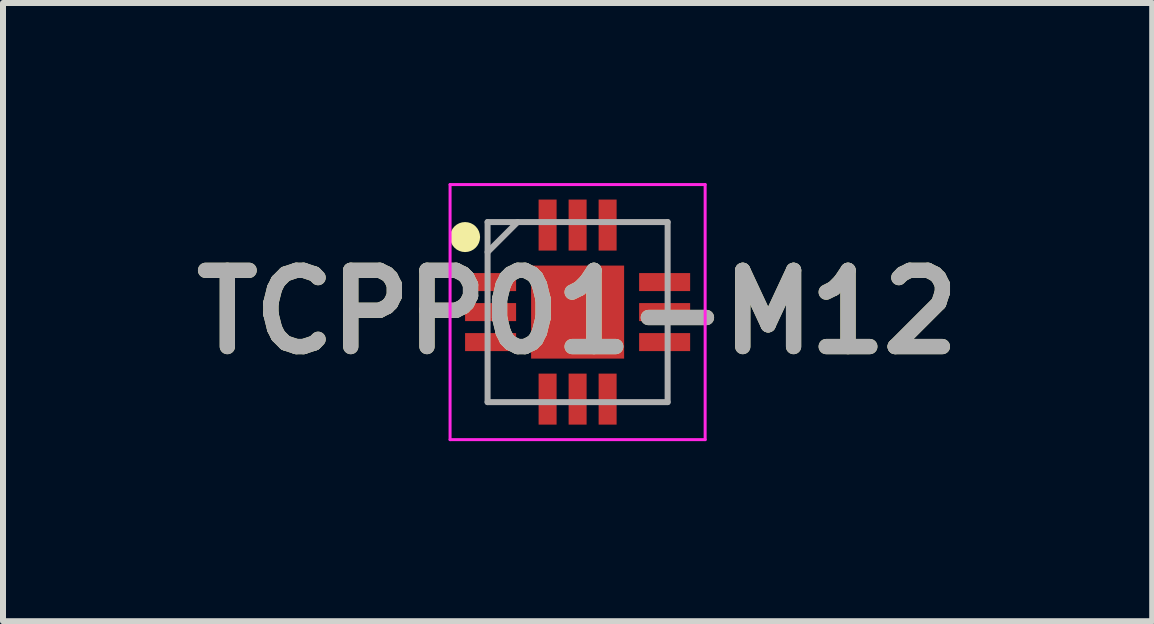
<source format=kicad_pcb>
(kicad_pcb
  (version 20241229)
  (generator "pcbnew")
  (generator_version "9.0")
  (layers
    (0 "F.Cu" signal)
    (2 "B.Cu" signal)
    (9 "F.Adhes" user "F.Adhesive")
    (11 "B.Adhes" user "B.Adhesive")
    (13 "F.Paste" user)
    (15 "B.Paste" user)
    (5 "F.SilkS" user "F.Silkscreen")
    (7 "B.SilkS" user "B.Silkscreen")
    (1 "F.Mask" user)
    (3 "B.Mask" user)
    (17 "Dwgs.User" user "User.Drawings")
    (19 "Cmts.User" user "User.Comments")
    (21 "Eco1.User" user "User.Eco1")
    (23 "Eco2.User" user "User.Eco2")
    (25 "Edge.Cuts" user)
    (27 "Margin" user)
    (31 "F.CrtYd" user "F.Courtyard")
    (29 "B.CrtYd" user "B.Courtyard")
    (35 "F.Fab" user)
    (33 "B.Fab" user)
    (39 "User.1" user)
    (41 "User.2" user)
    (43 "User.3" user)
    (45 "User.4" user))
  (footprint "TCPP01-M12"
    (layer "F.Cu")
    (at 6.574 2.15)
    (property "Reference" "TCPP01-M12" (at 0 0 0) (layer "F.SilkS") (effects (font (size 1.27 1.27) (thickness 0.254))))
    (attr smd)
    (fp_circle (center -1.875 -1.25) (end -1.875 -1.125) (stroke (width 0.25) (type solid)) (fill no) (layer "F.SilkS"))
    (fp_line (start -2.125 -2.125) (end 2.125 -2.125) (stroke (width 0.05) (type solid)) (layer "F.CrtYd"))
    (fp_line (start -2.125 2.125) (end -2.125 -2.125) (stroke (width 0.05) (type solid)) (layer "F.CrtYd"))
    (fp_line (start 2.125 -2.125) (end 2.125 2.125) (stroke (width 0.05) (type solid)) (layer "F.CrtYd"))
    (fp_line (start 2.125 2.125) (end -2.125 2.125) (stroke (width 0.05) (type solid)) (layer "F.CrtYd"))
    (fp_line (start -1.5 -1.5) (end 1.5 -1.5) (stroke (width 0.1) (type solid)) (layer "F.Fab"))
    (fp_line (start -1.5 -1) (end -1 -1.5) (stroke (width 0.1) (type solid)) (layer "F.Fab"))
    (fp_line (start -1.5 1.5) (end -1.5 -1.5) (stroke (width 0.1) (type solid)) (layer "F.Fab"))
    (fp_line (start 1.5 -1.5) (end 1.5 1.5) (stroke (width 0.1) (type solid)) (layer "F.Fab"))
    (fp_line (start 1.5 1.5) (end -1.5 1.5) (stroke (width 0.1) (type solid)) (layer "F.Fab"))
    (fp_text user "${REFERENCE}" (at 0 0 0) (layer "F.Fab") (effects (font (size 1.27 1.27) (thickness 0.254))))
    (pad "1" smd rect (at -1.45 -0.5 90) (size 0.3 0.85) (layers "F.Cu" "F.Mask" "F.Paste"))
    (pad "2" smd rect (at -1.45 0 90) (size 0.3 0.85) (layers "F.Cu" "F.Mask" "F.Paste"))
    (pad "3" smd rect (at -1.45 0.5 90) (size 0.3 0.85) (layers "F.Cu" "F.Mask" "F.Paste"))
    (pad "4" smd rect (at -0.5 1.45) (size 0.3 0.85) (layers "F.Cu" "F.Mask" "F.Paste"))
    (pad "5" smd rect (at 0 1.45) (size 0.3 0.85) (layers "F.Cu" "F.Mask" "F.Paste"))
    (pad "6" smd rect (at 0.5 1.45) (size 0.3 0.85) (layers "F.Cu" "F.Mask" "F.Paste"))
    (pad "7" smd rect (at 1.45 0.5 90) (size 0.3 0.85) (layers "F.Cu" "F.Mask" "F.Paste"))
    (pad "8" smd rect (at 1.45 0 90) (size 0.3 0.85) (layers "F.Cu" "F.Mask" "F.Paste"))
    (pad "9" smd rect (at 1.45 -0.5 90) (size 0.3 0.85) (layers "F.Cu" "F.Mask" "F.Paste"))
    (pad "10" smd rect (at 0.5 -1.45) (size 0.3 0.85) (layers "F.Cu" "F.Mask" "F.Paste"))
    (pad "11" smd rect (at 0 -1.45) (size 0.3 0.85) (layers "F.Cu" "F.Mask" "F.Paste"))
    (pad "12" smd rect (at -0.5 -1.45) (size 0.3 0.85) (layers "F.Cu" "F.Mask" "F.Paste"))
    (pad "13" smd rect (at 0 0) (size 1.55 1.55) (layers "F.Cu" "F.Mask" "F.Paste")))
  (gr_rect
    (start -3 -3)
    (end 16.148 7.3)
    (stroke (width 0.1) (type default))
    (fill no)
    (layer "Edge.Cuts")))
</source>
